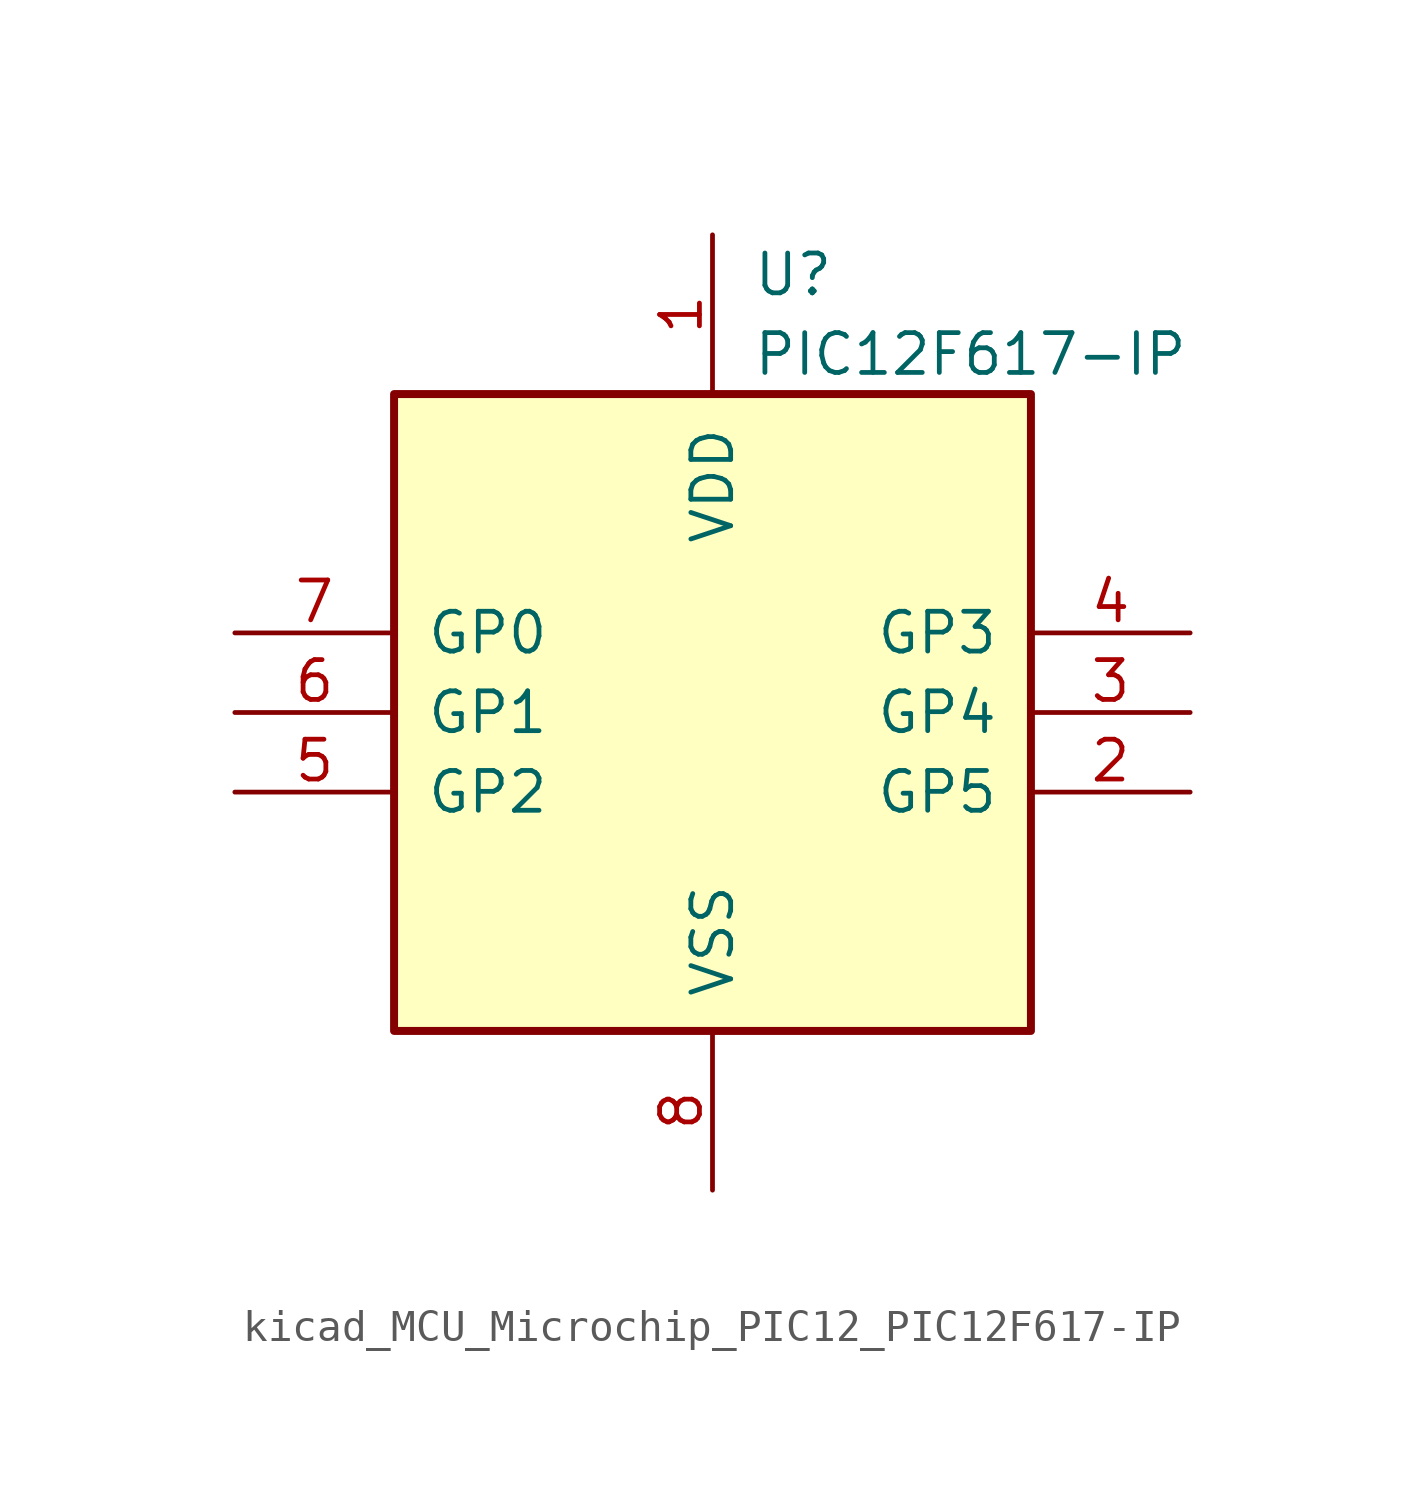
<source format=kicad_sym>
(kicad_symbol_lib
  (version 20220914)
  (generator kicad_symbol_editor)
  (symbol "kicad_MCU_Microchip_PIC12_PIC12F617-IP"
    (pin_names
      (offset 1.016))
    (property "Reference" "U"
      (at 1.27 13.97 0)
      (effects (font (size 1.27 1.27)) (justify left)))
    (property "Value" "PIC12F617-IP"
      (at 1.27 11.43 0)
      (effects (font (size 1.27 1.27)) (justify left)))
    (symbol "kicad_MCU_Microchip_PIC12_PIC12F617-IP_0_1"
      (rectangle (start 10.16 -10.16) (end -10.16 10.16) (stroke (width 0.254) (type default)) (fill (type background))))
    (symbol "kicad_MCU_Microchip_PIC12_PIC12F617-IP_1_1"
      (pin power_in line (at 0 15.24 270) (length 5.08) (name "VDD" (effects (font (size 1.27 1.27)))) (number "1" (effects (font (size 1.27 1.27)))))
      (pin bidirectional line (at 15.24 -2.54 180) (length 5.08) (name "GP5" (effects (font (size 1.27 1.27)))) (number "2" (effects (font (size 1.27 1.27)))))
      (pin bidirectional line (at 15.24 0 180) (length 5.08) (name "GP4" (effects (font (size 1.27 1.27)))) (number "3" (effects (font (size 1.27 1.27)))))
      (pin input line (at 15.24 2.54 180) (length 5.08) (name "GP3" (effects (font (size 1.27 1.27)))) (number "4" (effects (font (size 1.27 1.27)))))
      (pin bidirectional line (at -15.24 -2.54 0) (length 5.08) (name "GP2" (effects (font (size 1.27 1.27)))) (number "5" (effects (font (size 1.27 1.27)))))
      (pin bidirectional line (at -15.24 0 0) (length 5.08) (name "GP1" (effects (font (size 1.27 1.27)))) (number "6" (effects (font (size 1.27 1.27)))))
      (pin bidirectional line (at -15.24 2.54 0) (length 5.08) (name "GP0" (effects (font (size 1.27 1.27)))) (number "7" (effects (font (size 1.27 1.27)))))
      (pin power_in line (at 0 -15.24 90) (length 5.08) (name "VSS" (effects (font (size 1.27 1.27)))) (number "8" (effects (font (size 1.27 1.27))))))))
</source>
